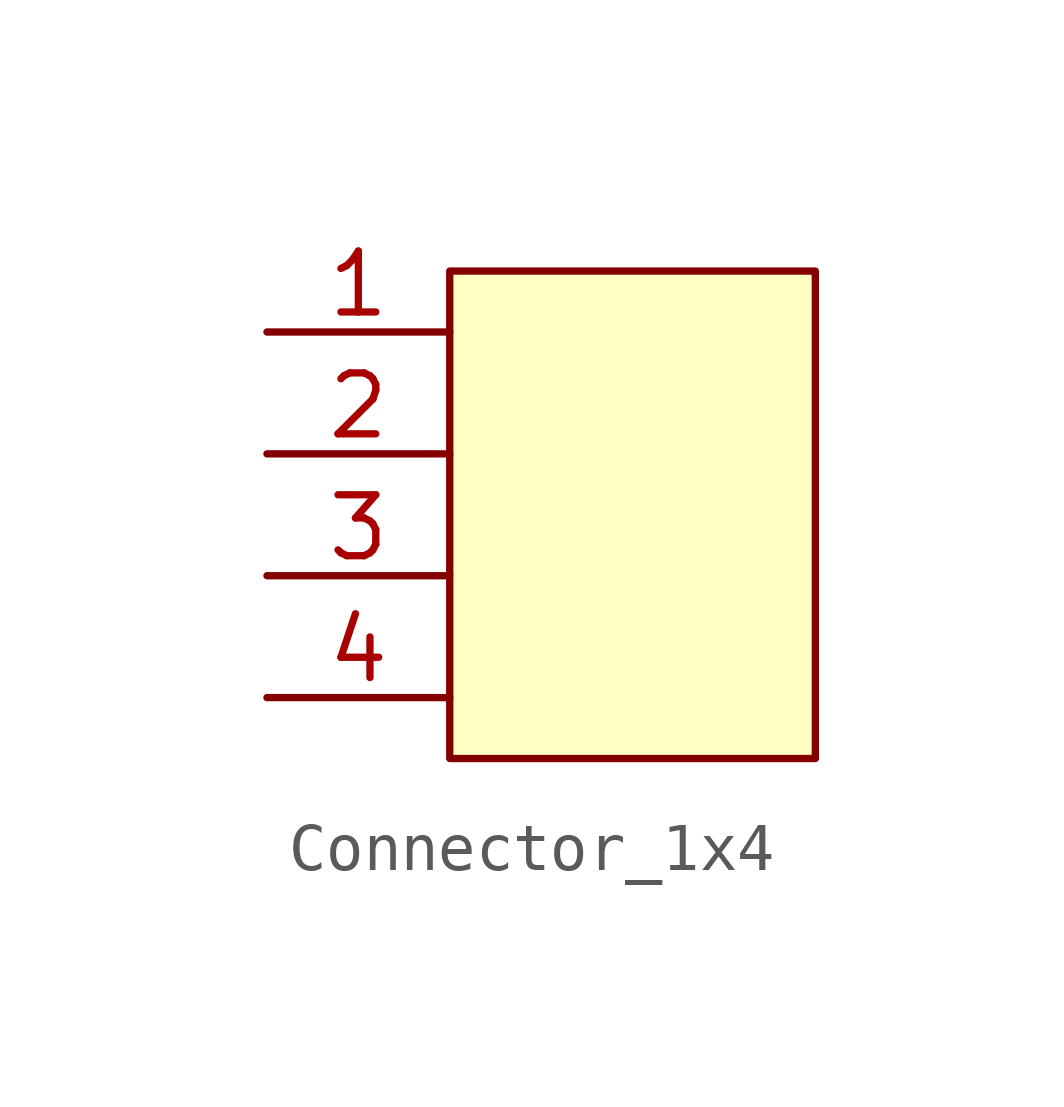
<source format=kicad_sym>
(kicad_symbol_lib
  (version 20211014)
  (generator kicad_symbol_editor)
  (symbol "Connector_1x4"
    (pin_names
      (offset 1.016) hide)
    (property "Reference" "J"
      (at 3.81 5.08 0)
      (effects (font (size 1.27 1.27)) hide))
    (symbol "Connector_1x4_1_1"
      (rectangle (start 0 0) (end 7.62 -10.16) (stroke (width 0) (type default) (color 0 0 0 0)) (fill (type background)))
      (pin passive line (at -3.81 -1.27 0) (length 3.81) (name "Pin_1" (effects (font (size 1.27 1.27)))) (number "1" (effects (font (size 1.27 1.27)))))
      (pin passive line (at -3.81 -3.81 0) (length 3.81) (name "Pin_2" (effects (font (size 1.27 1.27)))) (number "2" (effects (font (size 1.27 1.27)))))
      (pin passive line (at -3.81 -6.35 0) (length 3.81) (name "Pin_3" (effects (font (size 1.27 1.27)))) (number "3" (effects (font (size 1.27 1.27)))))
      (pin passive line (at -3.81 -8.89 0) (length 3.81) (name "Pin_4" (effects (font (size 1.27 1.27)))) (number "4" (effects (font (size 1.27 1.27))))))))
</source>
